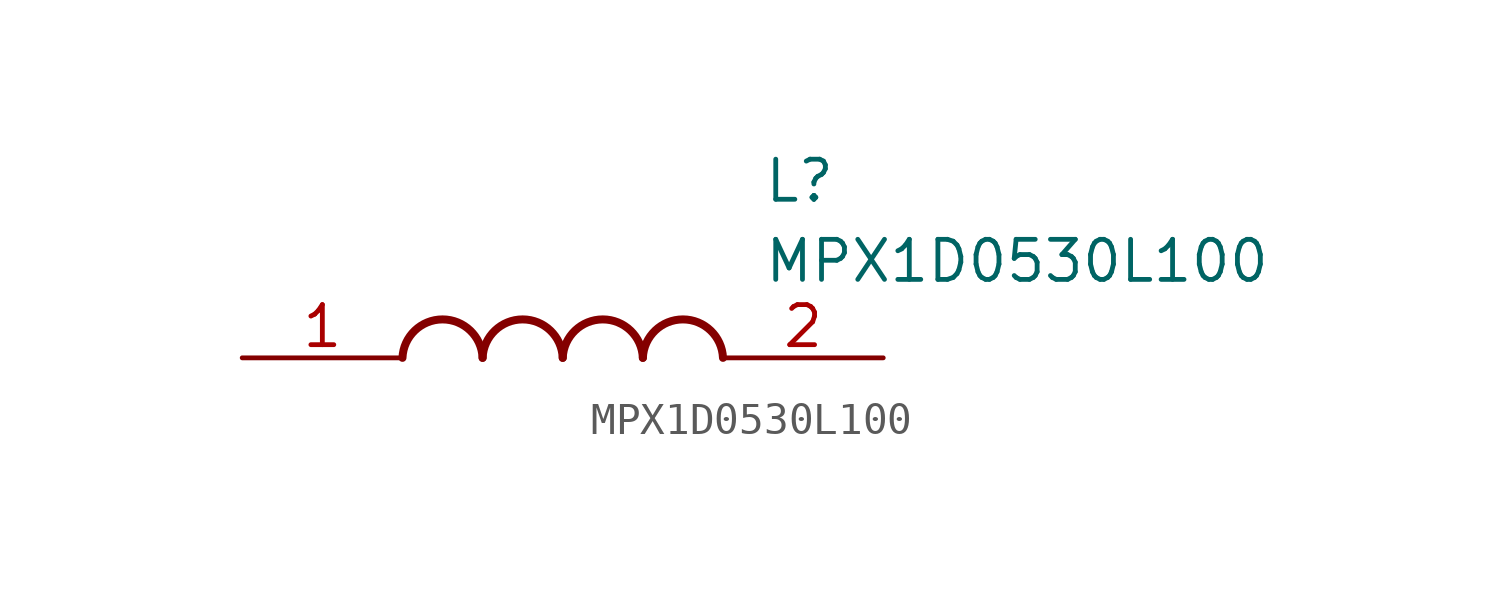
<source format=kicad_sym>
(kicad_symbol_lib
  (version 20211014)
  (generator SamacSys_ECAD_Model)
  (symbol "MPX1D0530L100"
    (pin_names hide)
    (property "Reference" "L"
      (at 16.51 6.35 0)
      (effects (font (size 1.27 1.27)) (justify left top)))
    (property "Value" "MPX1D0530L100"
      (at 16.51 3.81 0)
      (effects (font (size 1.27 1.27)) (justify left top)))
    (arc
      (start 7.62 0)
      (mid 6.35 1.219)
      (end 5.08 0)
      (stroke (width 0.254) (type default))
      (fill (type none)))
    (arc
      (start 10.16 0)
      (mid 8.89 1.219)
      (end 7.62 0)
      (stroke (width 0.254) (type default))
      (fill (type none)))
    (arc
      (start 12.7 0)
      (mid 11.43 1.219)
      (end 10.16 0)
      (stroke (width 0.254) (type default))
      (fill (type none)))
    (arc
      (start 15.24 0)
      (mid 13.97 1.219)
      (end 12.7 0)
      (stroke (width 0.254) (type default))
      (fill (type none)))
    (pin passive line
      (at 0 0 0)
      (length 5.08)
      (name "1" (effects (font (size 1.27 1.27))))
      (number "1" (effects (font (size 1.27 1.27)))))
    (pin passive line
      (at 20.32 0 180)
      (length 5.08)
      (name "2" (effects (font (size 1.27 1.27))))
      (number "2" (effects (font (size 1.27 1.27)))))))
</source>
